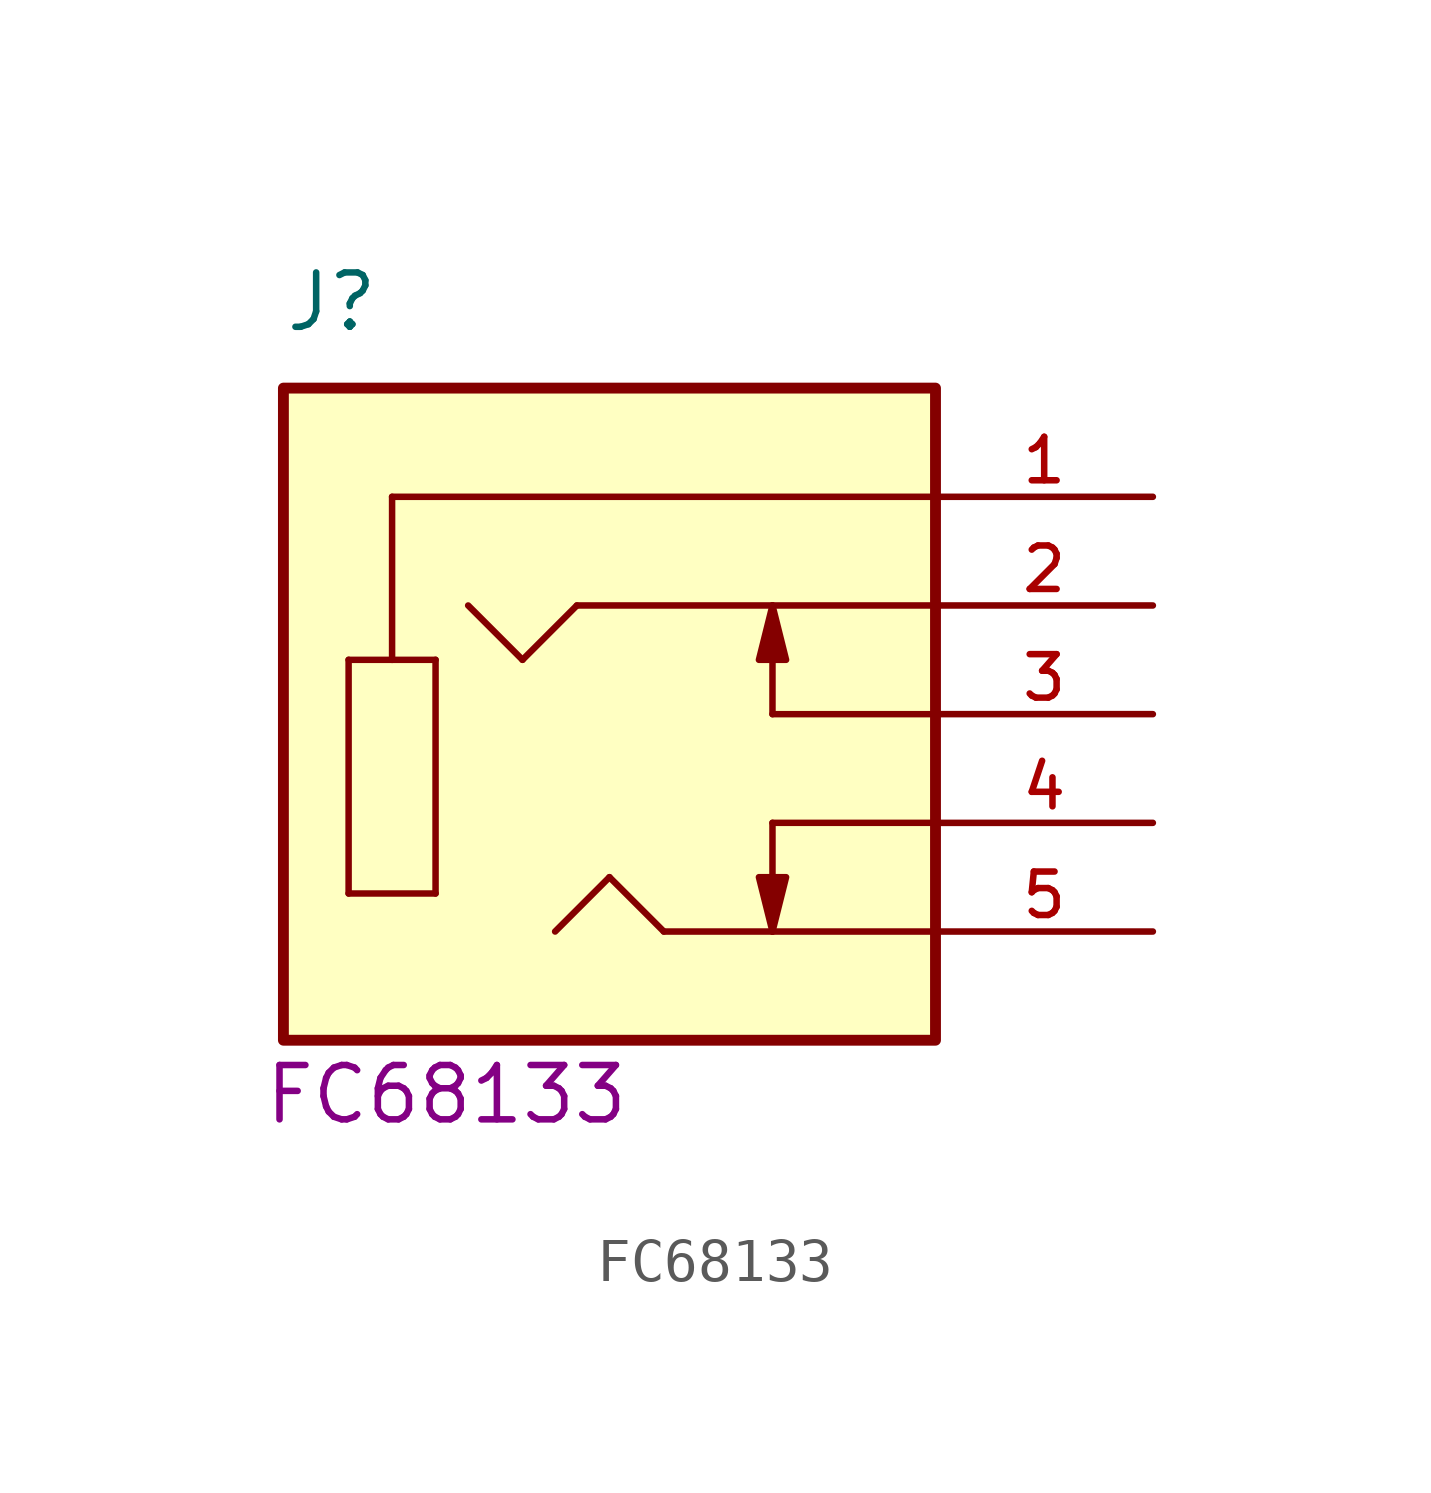
<source format=kicad_sym>
(kicad_symbol_lib
  (version 20241209)
  (generator "kicad_symbol_editor")
  (generator_version "9.0")
  (symbol "FC68133"
    (pin_names
      (offset 1.016))
    (property "Reference" "J"
      (at -7.62 8.89 0)
      (effects (font (size 1.27 1.27)) (justify left bottom)))
    (property "PartNumber" "FC68133"
      (at -3.81 -8.89 0)
      (effects (font (size 1.27 1.27))))
    (symbol "FC68133_0_0"
      (rectangle (start -7.62 -7.62) (end 7.62 7.62) (stroke (width 0.254) (type default)) (fill (type background)))
      (polyline (pts (xy -6.096 1.27) (xy -5.08 1.27)) (stroke (width 0.152) (type default)) (fill (type none)))
      (polyline (pts (xy -6.096 -4.191) (xy -6.096 1.27)) (stroke (width 0.152) (type default)) (fill (type none)))
      (polyline (pts (xy -5.08 5.08) (xy -5.08 1.27)) (stroke (width 0.152) (type default)) (fill (type none)))
      (polyline (pts (xy -5.08 1.27) (xy -4.064 1.27)) (stroke (width 0.152) (type default)) (fill (type none)))
      (polyline (pts (xy -4.064 1.27) (xy -4.064 -4.191)) (stroke (width 0.152) (type default)) (fill (type none)))
      (polyline (pts (xy -4.064 -4.191) (xy -6.096 -4.191)) (stroke (width 0.152) (type default)) (fill (type none)))
      (polyline (pts (xy -2.032 1.27) (xy -3.302 2.54)) (stroke (width 0.152) (type default)) (fill (type none)))
      (polyline (pts (xy -0.762 2.54) (xy -2.032 1.27)) (stroke (width 0.152) (type default)) (fill (type none)))
      (polyline (pts (xy 0 -3.81) (xy -1.27 -5.08)) (stroke (width 0.152) (type default)) (fill (type none)))
      (polyline (pts (xy 1.27 -5.08) (xy 0 -3.81)) (stroke (width 0.152) (type default)) (fill (type none)))
      (polyline (pts (xy 3.81 2.54) (xy -0.762 2.54)) (stroke (width 0.152) (type default)) (fill (type none)))
      (polyline (pts (xy 3.81 2.54) (xy 4.128 1.27) (xy 3.493 1.27) (xy 3.81 2.54)) (stroke (width 0.152) (type default)) (fill (type outline)))
      (polyline (pts (xy 3.81 0) (xy 3.81 2.54)) (stroke (width 0.152) (type default)) (fill (type none)))
      (polyline (pts (xy 3.81 -5.08) (xy 1.27 -5.08)) (stroke (width 0.152) (type default)) (fill (type none)))
      (polyline (pts (xy 3.81 -5.08) (xy 3.81 -2.54)) (stroke (width 0.152) (type default)) (fill (type none)))
      (polyline (pts (xy 3.81 -5.08) (xy 3.493 -3.81) (xy 4.128 -3.81) (xy 3.81 -5.08)) (stroke (width 0.152) (type default)) (fill (type outline)))
      (polyline (pts (xy 7.62 5.08) (xy -5.08 5.08)) (stroke (width 0.152) (type default)) (fill (type none)))
      (polyline (pts (xy 7.62 2.54) (xy 3.81 2.54)) (stroke (width 0.152) (type default)) (fill (type none)))
      (polyline (pts (xy 7.62 0) (xy 3.81 0)) (stroke (width 0.152) (type default)) (fill (type none)))
      (polyline (pts (xy 7.62 -2.54) (xy 3.81 -2.54)) (stroke (width 0.152) (type default)) (fill (type none)))
      (polyline (pts (xy 7.62 -5.08) (xy 3.81 -5.08)) (stroke (width 0.152) (type default)) (fill (type none)))
      (pin passive line (at 12.7 5.08 180) (length 5.08) (name "~" (effects (font (size 1.016 1.016)))) (number "1" (effects (font (size 1.016 1.016)))))
      (pin passive line (at 12.7 2.54 180) (length 5.08) (name "~" (effects (font (size 1.016 1.016)))) (number "2" (effects (font (size 1.016 1.016)))))
      (pin passive line (at 12.7 0 180) (length 5.08) (name "~" (effects (font (size 1.016 1.016)))) (number "3" (effects (font (size 1.016 1.016)))))
      (pin passive line (at 12.7 -2.54 180) (length 5.08) (name "~" (effects (font (size 1.016 1.016)))) (number "4" (effects (font (size 1.016 1.016)))))
      (pin passive line (at 12.7 -5.08 180) (length 5.08) (name "~" (effects (font (size 1.016 1.016)))) (number "5" (effects (font (size 1.016 1.016))))))))
</source>
